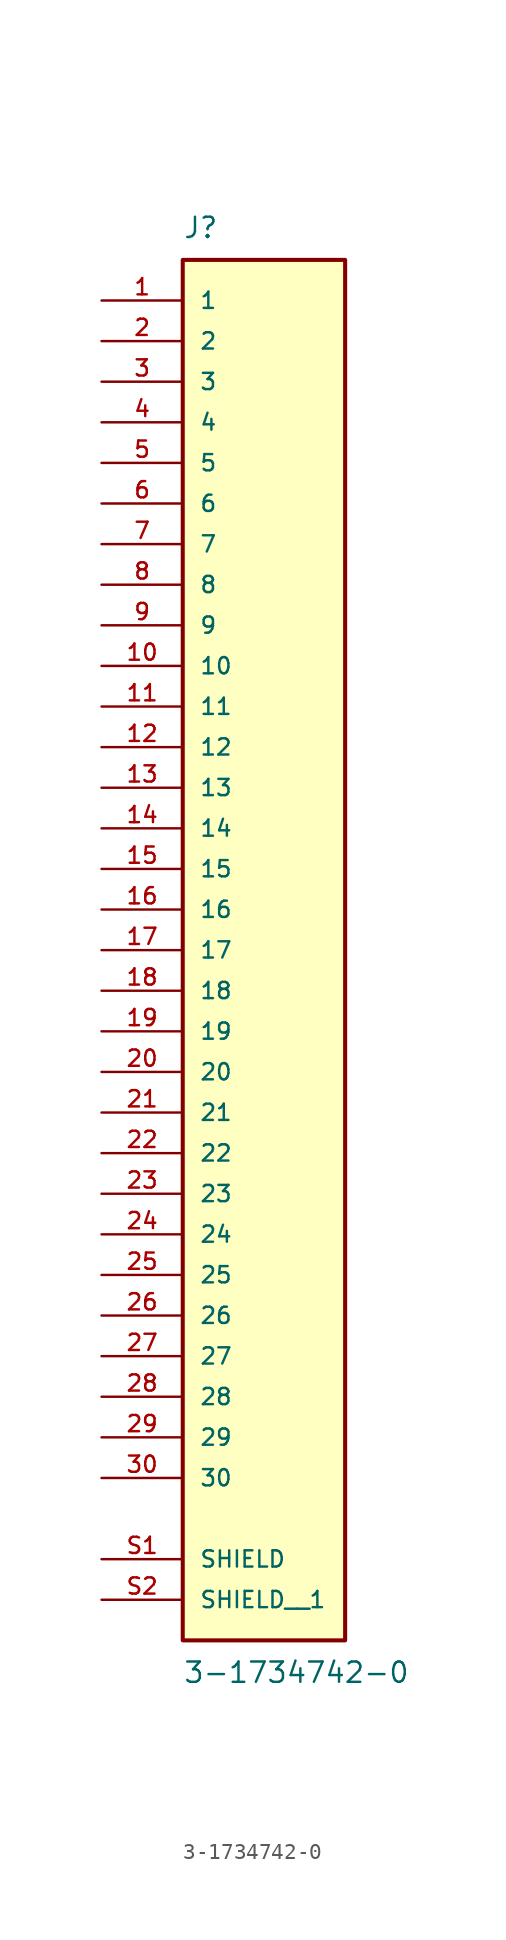
<source format=kicad_sym>
(kicad_symbol_lib
  (version 20211014)
  (generator kicad_symbol_editor)
  (symbol "3-1734742-0"
    (pin_names
      (offset 1.016))
    (property "Reference" "J"
      (at -5.08 41.91 0)
      (effects (font (size 1.27 1.27)) (justify bottom left)))
    (property "Value" "3-1734742-0"
      (at -5.08 -46.99 0)
      (effects (font (size 1.27 1.27)) (justify top left)))
    (symbol "3-1734742-0_0_0"
      (rectangle (start -5.08 -45.72) (end 5.08 40.64) (stroke (width 0.254)) (fill (type background)))
      (pin passive line (at -10.16 38.1 0) (length 5.08) (name "1" (effects (font (size 1.016 1.016)))) (number "1" (effects (font (size 1.016 1.016)))))
      (pin passive line (at -10.16 -40.64 0) (length 5.08) (name "SHIELD" (effects (font (size 1.016 1.016)))) (number "S1" (effects (font (size 1.016 1.016)))))
      (pin passive line (at -10.16 35.56 0) (length 5.08) (name "2" (effects (font (size 1.016 1.016)))) (number "2" (effects (font (size 1.016 1.016)))))
      (pin passive line (at -10.16 33.02 0) (length 5.08) (name "3" (effects (font (size 1.016 1.016)))) (number "3" (effects (font (size 1.016 1.016)))))
      (pin passive line (at -10.16 30.48 0) (length 5.08) (name "4" (effects (font (size 1.016 1.016)))) (number "4" (effects (font (size 1.016 1.016)))))
      (pin passive line (at -10.16 27.94 0) (length 5.08) (name "5" (effects (font (size 1.016 1.016)))) (number "5" (effects (font (size 1.016 1.016)))))
      (pin passive line (at -10.16 25.4 0) (length 5.08) (name "6" (effects (font (size 1.016 1.016)))) (number "6" (effects (font (size 1.016 1.016)))))
      (pin passive line (at -10.16 22.86 0) (length 5.08) (name "7" (effects (font (size 1.016 1.016)))) (number "7" (effects (font (size 1.016 1.016)))))
      (pin passive line (at -10.16 20.32 0) (length 5.08) (name "8" (effects (font (size 1.016 1.016)))) (number "8" (effects (font (size 1.016 1.016)))))
      (pin passive line (at -10.16 17.78 0) (length 5.08) (name "9" (effects (font (size 1.016 1.016)))) (number "9" (effects (font (size 1.016 1.016)))))
      (pin passive line (at -10.16 15.24 0) (length 5.08) (name "10" (effects (font (size 1.016 1.016)))) (number "10" (effects (font (size 1.016 1.016)))))
      (pin passive line (at -10.16 12.7 0) (length 5.08) (name "11" (effects (font (size 1.016 1.016)))) (number "11" (effects (font (size 1.016 1.016)))))
      (pin passive line (at -10.16 10.16 0) (length 5.08) (name "12" (effects (font (size 1.016 1.016)))) (number "12" (effects (font (size 1.016 1.016)))))
      (pin passive line (at -10.16 7.62 0) (length 5.08) (name "13" (effects (font (size 1.016 1.016)))) (number "13" (effects (font (size 1.016 1.016)))))
      (pin passive line (at -10.16 5.08 0) (length 5.08) (name "14" (effects (font (size 1.016 1.016)))) (number "14" (effects (font (size 1.016 1.016)))))
      (pin passive line (at -10.16 2.54 0) (length 5.08) (name "15" (effects (font (size 1.016 1.016)))) (number "15" (effects (font (size 1.016 1.016)))))
      (pin passive line (at -10.16 0.0 0) (length 5.08) (name "16" (effects (font (size 1.016 1.016)))) (number "16" (effects (font (size 1.016 1.016)))))
      (pin passive line (at -10.16 -2.54 0) (length 5.08) (name "17" (effects (font (size 1.016 1.016)))) (number "17" (effects (font (size 1.016 1.016)))))
      (pin passive line (at -10.16 -5.08 0) (length 5.08) (name "18" (effects (font (size 1.016 1.016)))) (number "18" (effects (font (size 1.016 1.016)))))
      (pin passive line (at -10.16 -7.62 0) (length 5.08) (name "19" (effects (font (size 1.016 1.016)))) (number "19" (effects (font (size 1.016 1.016)))))
      (pin passive line (at -10.16 -10.16 0) (length 5.08) (name "20" (effects (font (size 1.016 1.016)))) (number "20" (effects (font (size 1.016 1.016)))))
      (pin passive line (at -10.16 -12.7 0) (length 5.08) (name "21" (effects (font (size 1.016 1.016)))) (number "21" (effects (font (size 1.016 1.016)))))
      (pin passive line (at -10.16 -15.24 0) (length 5.08) (name "22" (effects (font (size 1.016 1.016)))) (number "22" (effects (font (size 1.016 1.016)))))
      (pin passive line (at -10.16 -17.78 0) (length 5.08) (name "23" (effects (font (size 1.016 1.016)))) (number "23" (effects (font (size 1.016 1.016)))))
      (pin passive line (at -10.16 -20.32 0) (length 5.08) (name "24" (effects (font (size 1.016 1.016)))) (number "24" (effects (font (size 1.016 1.016)))))
      (pin passive line (at -10.16 -22.86 0) (length 5.08) (name "25" (effects (font (size 1.016 1.016)))) (number "25" (effects (font (size 1.016 1.016)))))
      (pin passive line (at -10.16 -25.4 0) (length 5.08) (name "26" (effects (font (size 1.016 1.016)))) (number "26" (effects (font (size 1.016 1.016)))))
      (pin passive line (at -10.16 -27.94 0) (length 5.08) (name "27" (effects (font (size 1.016 1.016)))) (number "27" (effects (font (size 1.016 1.016)))))
      (pin passive line (at -10.16 -30.48 0) (length 5.08) (name "28" (effects (font (size 1.016 1.016)))) (number "28" (effects (font (size 1.016 1.016)))))
      (pin passive line (at -10.16 -33.02 0) (length 5.08) (name "29" (effects (font (size 1.016 1.016)))) (number "29" (effects (font (size 1.016 1.016)))))
      (pin passive line (at -10.16 -35.56 0) (length 5.08) (name "30" (effects (font (size 1.016 1.016)))) (number "30" (effects (font (size 1.016 1.016)))))
      (pin passive line (at -10.16 -43.18 0) (length 5.08) (name "SHIELD__1" (effects (font (size 1.016 1.016)))) (number "S2" (effects (font (size 1.016 1.016))))))))
</source>
